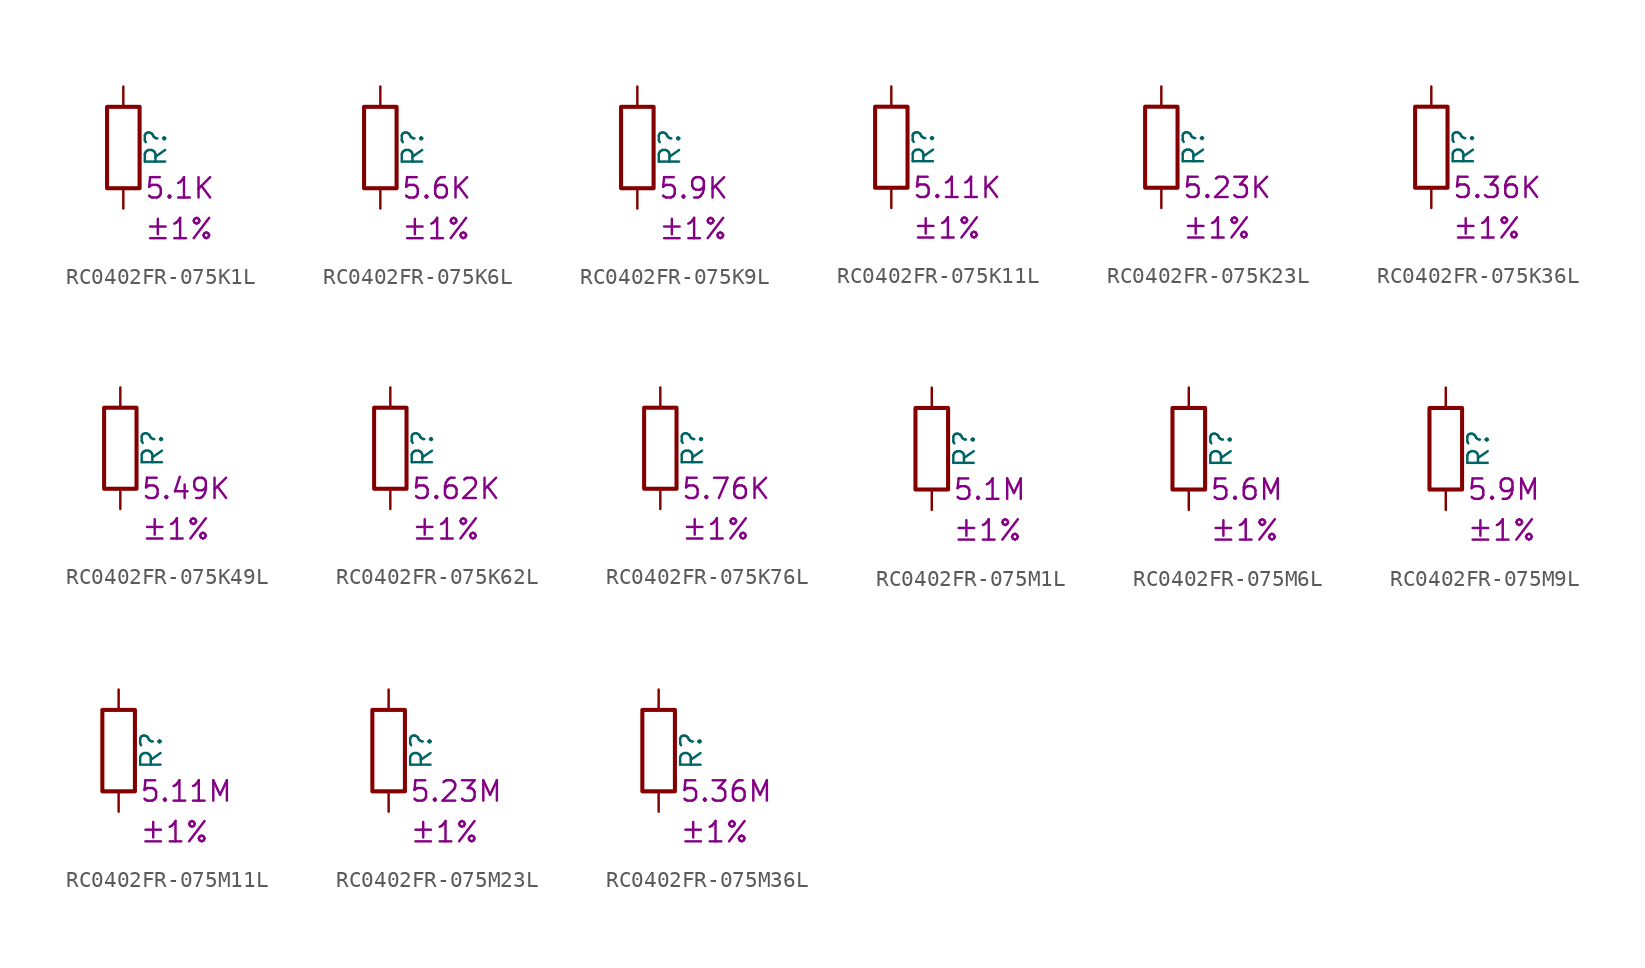
<source format=kicad_sym>
(kicad_symbol_lib
  (version 20220914)
  (generator kicad_symbol_editor)
  (symbol "RC0402FR-075K1L"
    (pin_numbers hide)
    (pin_names
      (offset 0))
    (property "Reference" "R"
      (at 2.032 0 90)
      (effects (font (size 1.27 1.27))))
    (property "Resistance" "5.1K"
      (at 1.27 -2.54 0)
      (effects (font (size 1.27 1.27)) (justify left)))
    (property "Tolerance" "±1%"
      (at 1.27 -5.08 0)
      (effects (font (size 1.27 1.27)) (justify left)))
    (symbol "RC0402FR-075K1L_0_1"
      (rectangle (start -1.016 -2.54) (end 1.016 2.54) (stroke (width 0.254) (type default)) (fill (type none))))
    (symbol "RC0402FR-075K1L_1_1"
      (pin passive line (at 0 3.81 270) (length 1.27) (name "~" (effects (font (size 1.27 1.27)))) (number "1" (effects (font (size 1.27 1.27)))))
      (pin passive line (at 0 -3.81 90) (length 1.27) (name "~" (effects (font (size 1.27 1.27)))) (number "2" (effects (font (size 1.27 1.27)))))))
  (symbol "RC0402FR-075K6L"
    (pin_numbers hide)
    (pin_names
      (offset 0))
    (property "Reference" "R"
      (at 2.032 0 90)
      (effects (font (size 1.27 1.27))))
    (property "Resistance" "5.6K"
      (at 1.27 -2.54 0)
      (effects (font (size 1.27 1.27)) (justify left)))
    (property "Tolerance" "±1%"
      (at 1.27 -5.08 0)
      (effects (font (size 1.27 1.27)) (justify left)))
    (symbol "RC0402FR-075K6L_0_1"
      (rectangle (start -1.016 -2.54) (end 1.016 2.54) (stroke (width 0.254) (type default)) (fill (type none))))
    (symbol "RC0402FR-075K6L_1_1"
      (pin passive line (at 0 3.81 270) (length 1.27) (name "~" (effects (font (size 1.27 1.27)))) (number "1" (effects (font (size 1.27 1.27)))))
      (pin passive line (at 0 -3.81 90) (length 1.27) (name "~" (effects (font (size 1.27 1.27)))) (number "2" (effects (font (size 1.27 1.27)))))))
  (symbol "RC0402FR-075K9L"
    (pin_numbers hide)
    (pin_names
      (offset 0))
    (property "Reference" "R"
      (at 2.032 0 90)
      (effects (font (size 1.27 1.27))))
    (property "Resistance" "5.9K"
      (at 1.27 -2.54 0)
      (effects (font (size 1.27 1.27)) (justify left)))
    (property "Tolerance" "±1%"
      (at 1.27 -5.08 0)
      (effects (font (size 1.27 1.27)) (justify left)))
    (symbol "RC0402FR-075K9L_0_1"
      (rectangle (start -1.016 -2.54) (end 1.016 2.54) (stroke (width 0.254) (type default)) (fill (type none))))
    (symbol "RC0402FR-075K9L_1_1"
      (pin passive line (at 0 3.81 270) (length 1.27) (name "~" (effects (font (size 1.27 1.27)))) (number "1" (effects (font (size 1.27 1.27)))))
      (pin passive line (at 0 -3.81 90) (length 1.27) (name "~" (effects (font (size 1.27 1.27)))) (number "2" (effects (font (size 1.27 1.27)))))))
  (symbol "RC0402FR-075K11L"
    (pin_numbers hide)
    (pin_names
      (offset 0))
    (property "Reference" "R"
      (at 2.032 0 90)
      (effects (font (size 1.27 1.27))))
    (property "Resistance" "5.11K"
      (at 1.27 -2.54 0)
      (effects (font (size 1.27 1.27)) (justify left)))
    (property "Tolerance" "±1%"
      (at 1.27 -5.08 0)
      (effects (font (size 1.27 1.27)) (justify left)))
    (symbol "RC0402FR-075K11L_0_1"
      (rectangle (start -1.016 -2.54) (end 1.016 2.54) (stroke (width 0.254) (type default)) (fill (type none))))
    (symbol "RC0402FR-075K11L_1_1"
      (pin passive line (at 0 3.81 270) (length 1.27) (name "~" (effects (font (size 1.27 1.27)))) (number "1" (effects (font (size 1.27 1.27)))))
      (pin passive line (at 0 -3.81 90) (length 1.27) (name "~" (effects (font (size 1.27 1.27)))) (number "2" (effects (font (size 1.27 1.27)))))))
  (symbol "RC0402FR-075K23L"
    (pin_numbers hide)
    (pin_names
      (offset 0))
    (property "Reference" "R"
      (at 2.032 0 90)
      (effects (font (size 1.27 1.27))))
    (property "Resistance" "5.23K"
      (at 1.27 -2.54 0)
      (effects (font (size 1.27 1.27)) (justify left)))
    (property "Tolerance" "±1%"
      (at 1.27 -5.08 0)
      (effects (font (size 1.27 1.27)) (justify left)))
    (symbol "RC0402FR-075K23L_0_1"
      (rectangle (start -1.016 -2.54) (end 1.016 2.54) (stroke (width 0.254) (type default)) (fill (type none))))
    (symbol "RC0402FR-075K23L_1_1"
      (pin passive line (at 0 3.81 270) (length 1.27) (name "~" (effects (font (size 1.27 1.27)))) (number "1" (effects (font (size 1.27 1.27)))))
      (pin passive line (at 0 -3.81 90) (length 1.27) (name "~" (effects (font (size 1.27 1.27)))) (number "2" (effects (font (size 1.27 1.27)))))))
  (symbol "RC0402FR-075K36L"
    (pin_numbers hide)
    (pin_names
      (offset 0))
    (property "Reference" "R"
      (at 2.032 0 90)
      (effects (font (size 1.27 1.27))))
    (property "Resistance" "5.36K"
      (at 1.27 -2.54 0)
      (effects (font (size 1.27 1.27)) (justify left)))
    (property "Tolerance" "±1%"
      (at 1.27 -5.08 0)
      (effects (font (size 1.27 1.27)) (justify left)))
    (symbol "RC0402FR-075K36L_0_1"
      (rectangle (start -1.016 -2.54) (end 1.016 2.54) (stroke (width 0.254) (type default)) (fill (type none))))
    (symbol "RC0402FR-075K36L_1_1"
      (pin passive line (at 0 3.81 270) (length 1.27) (name "~" (effects (font (size 1.27 1.27)))) (number "1" (effects (font (size 1.27 1.27)))))
      (pin passive line (at 0 -3.81 90) (length 1.27) (name "~" (effects (font (size 1.27 1.27)))) (number "2" (effects (font (size 1.27 1.27)))))))
  (symbol "RC0402FR-075K49L"
    (pin_numbers hide)
    (pin_names
      (offset 0))
    (property "Reference" "R"
      (at 2.032 0 90)
      (effects (font (size 1.27 1.27))))
    (property "Resistance" "5.49K"
      (at 1.27 -2.54 0)
      (effects (font (size 1.27 1.27)) (justify left)))
    (property "Tolerance" "±1%"
      (at 1.27 -5.08 0)
      (effects (font (size 1.27 1.27)) (justify left)))
    (symbol "RC0402FR-075K49L_0_1"
      (rectangle (start -1.016 -2.54) (end 1.016 2.54) (stroke (width 0.254) (type default)) (fill (type none))))
    (symbol "RC0402FR-075K49L_1_1"
      (pin passive line (at 0 3.81 270) (length 1.27) (name "~" (effects (font (size 1.27 1.27)))) (number "1" (effects (font (size 1.27 1.27)))))
      (pin passive line (at 0 -3.81 90) (length 1.27) (name "~" (effects (font (size 1.27 1.27)))) (number "2" (effects (font (size 1.27 1.27)))))))
  (symbol "RC0402FR-075K62L"
    (pin_numbers hide)
    (pin_names
      (offset 0))
    (property "Reference" "R"
      (at 2.032 0 90)
      (effects (font (size 1.27 1.27))))
    (property "Resistance" "5.62K"
      (at 1.27 -2.54 0)
      (effects (font (size 1.27 1.27)) (justify left)))
    (property "Tolerance" "±1%"
      (at 1.27 -5.08 0)
      (effects (font (size 1.27 1.27)) (justify left)))
    (symbol "RC0402FR-075K62L_0_1"
      (rectangle (start -1.016 -2.54) (end 1.016 2.54) (stroke (width 0.254) (type default)) (fill (type none))))
    (symbol "RC0402FR-075K62L_1_1"
      (pin passive line (at 0 3.81 270) (length 1.27) (name "~" (effects (font (size 1.27 1.27)))) (number "1" (effects (font (size 1.27 1.27)))))
      (pin passive line (at 0 -3.81 90) (length 1.27) (name "~" (effects (font (size 1.27 1.27)))) (number "2" (effects (font (size 1.27 1.27)))))))
  (symbol "RC0402FR-075K76L"
    (pin_numbers hide)
    (pin_names
      (offset 0))
    (property "Reference" "R"
      (at 2.032 0 90)
      (effects (font (size 1.27 1.27))))
    (property "Resistance" "5.76K"
      (at 1.27 -2.54 0)
      (effects (font (size 1.27 1.27)) (justify left)))
    (property "Tolerance" "±1%"
      (at 1.27 -5.08 0)
      (effects (font (size 1.27 1.27)) (justify left)))
    (symbol "RC0402FR-075K76L_0_1"
      (rectangle (start -1.016 -2.54) (end 1.016 2.54) (stroke (width 0.254) (type default)) (fill (type none))))
    (symbol "RC0402FR-075K76L_1_1"
      (pin passive line (at 0 3.81 270) (length 1.27) (name "~" (effects (font (size 1.27 1.27)))) (number "1" (effects (font (size 1.27 1.27)))))
      (pin passive line (at 0 -3.81 90) (length 1.27) (name "~" (effects (font (size 1.27 1.27)))) (number "2" (effects (font (size 1.27 1.27)))))))
  (symbol "RC0402FR-075M1L"
    (pin_numbers hide)
    (pin_names
      (offset 0))
    (property "Reference" "R"
      (at 2.032 0 90)
      (effects (font (size 1.27 1.27))))
    (property "Resistance" "5.1M"
      (at 1.27 -2.54 0)
      (effects (font (size 1.27 1.27)) (justify left)))
    (property "Tolerance" "±1%"
      (at 1.27 -5.08 0)
      (effects (font (size 1.27 1.27)) (justify left)))
    (symbol "RC0402FR-075M1L_0_1"
      (rectangle (start -1.016 -2.54) (end 1.016 2.54) (stroke (width 0.254) (type default)) (fill (type none))))
    (symbol "RC0402FR-075M1L_1_1"
      (pin passive line (at 0 3.81 270) (length 1.27) (name "~" (effects (font (size 1.27 1.27)))) (number "1" (effects (font (size 1.27 1.27)))))
      (pin passive line (at 0 -3.81 90) (length 1.27) (name "~" (effects (font (size 1.27 1.27)))) (number "2" (effects (font (size 1.27 1.27)))))))
  (symbol "RC0402FR-075M6L"
    (pin_numbers hide)
    (pin_names
      (offset 0))
    (property "Reference" "R"
      (at 2.032 0 90)
      (effects (font (size 1.27 1.27))))
    (property "Resistance" "5.6M"
      (at 1.27 -2.54 0)
      (effects (font (size 1.27 1.27)) (justify left)))
    (property "Tolerance" "±1%"
      (at 1.27 -5.08 0)
      (effects (font (size 1.27 1.27)) (justify left)))
    (symbol "RC0402FR-075M6L_0_1"
      (rectangle (start -1.016 -2.54) (end 1.016 2.54) (stroke (width 0.254) (type default)) (fill (type none))))
    (symbol "RC0402FR-075M6L_1_1"
      (pin passive line (at 0 3.81 270) (length 1.27) (name "~" (effects (font (size 1.27 1.27)))) (number "1" (effects (font (size 1.27 1.27)))))
      (pin passive line (at 0 -3.81 90) (length 1.27) (name "~" (effects (font (size 1.27 1.27)))) (number "2" (effects (font (size 1.27 1.27)))))))
  (symbol "RC0402FR-075M9L"
    (pin_numbers hide)
    (pin_names
      (offset 0))
    (property "Reference" "R"
      (at 2.032 0 90)
      (effects (font (size 1.27 1.27))))
    (property "Resistance" "5.9M"
      (at 1.27 -2.54 0)
      (effects (font (size 1.27 1.27)) (justify left)))
    (property "Tolerance" "±1%"
      (at 1.27 -5.08 0)
      (effects (font (size 1.27 1.27)) (justify left)))
    (symbol "RC0402FR-075M9L_0_1"
      (rectangle (start -1.016 -2.54) (end 1.016 2.54) (stroke (width 0.254) (type default)) (fill (type none))))
    (symbol "RC0402FR-075M9L_1_1"
      (pin passive line (at 0 3.81 270) (length 1.27) (name "~" (effects (font (size 1.27 1.27)))) (number "1" (effects (font (size 1.27 1.27)))))
      (pin passive line (at 0 -3.81 90) (length 1.27) (name "~" (effects (font (size 1.27 1.27)))) (number "2" (effects (font (size 1.27 1.27)))))))
  (symbol "RC0402FR-075M11L"
    (pin_numbers hide)
    (pin_names
      (offset 0))
    (property "Reference" "R"
      (at 2.032 0 90)
      (effects (font (size 1.27 1.27))))
    (property "Resistance" "5.11M"
      (at 1.27 -2.54 0)
      (effects (font (size 1.27 1.27)) (justify left)))
    (property "Tolerance" "±1%"
      (at 1.27 -5.08 0)
      (effects (font (size 1.27 1.27)) (justify left)))
    (symbol "RC0402FR-075M11L_0_1"
      (rectangle (start -1.016 -2.54) (end 1.016 2.54) (stroke (width 0.254) (type default)) (fill (type none))))
    (symbol "RC0402FR-075M11L_1_1"
      (pin passive line (at 0 3.81 270) (length 1.27) (name "~" (effects (font (size 1.27 1.27)))) (number "1" (effects (font (size 1.27 1.27)))))
      (pin passive line (at 0 -3.81 90) (length 1.27) (name "~" (effects (font (size 1.27 1.27)))) (number "2" (effects (font (size 1.27 1.27)))))))
  (symbol "RC0402FR-075M23L"
    (pin_numbers hide)
    (pin_names
      (offset 0))
    (property "Reference" "R"
      (at 2.032 0 90)
      (effects (font (size 1.27 1.27))))
    (property "Resistance" "5.23M"
      (at 1.27 -2.54 0)
      (effects (font (size 1.27 1.27)) (justify left)))
    (property "Tolerance" "±1%"
      (at 1.27 -5.08 0)
      (effects (font (size 1.27 1.27)) (justify left)))
    (symbol "RC0402FR-075M23L_0_1"
      (rectangle (start -1.016 -2.54) (end 1.016 2.54) (stroke (width 0.254) (type default)) (fill (type none))))
    (symbol "RC0402FR-075M23L_1_1"
      (pin passive line (at 0 3.81 270) (length 1.27) (name "~" (effects (font (size 1.27 1.27)))) (number "1" (effects (font (size 1.27 1.27)))))
      (pin passive line (at 0 -3.81 90) (length 1.27) (name "~" (effects (font (size 1.27 1.27)))) (number "2" (effects (font (size 1.27 1.27)))))))
  (symbol "RC0402FR-075M36L"
    (pin_numbers hide)
    (pin_names
      (offset 0))
    (property "Reference" "R"
      (at 2.032 0 90)
      (effects (font (size 1.27 1.27))))
    (property "Resistance" "5.36M"
      (at 1.27 -2.54 0)
      (effects (font (size 1.27 1.27)) (justify left)))
    (property "Tolerance" "±1%"
      (at 1.27 -5.08 0)
      (effects (font (size 1.27 1.27)) (justify left)))
    (symbol "RC0402FR-075M36L_0_1"
      (rectangle (start -1.016 -2.54) (end 1.016 2.54) (stroke (width 0.254) (type default)) (fill (type none))))
    (symbol "RC0402FR-075M36L_1_1"
      (pin passive line (at 0 3.81 270) (length 1.27) (name "~" (effects (font (size 1.27 1.27)))) (number "1" (effects (font (size 1.27 1.27)))))
      (pin passive line (at 0 -3.81 90) (length 1.27) (name "~" (effects (font (size 1.27 1.27)))) (number "2" (effects (font (size 1.27 1.27))))))))
</source>
